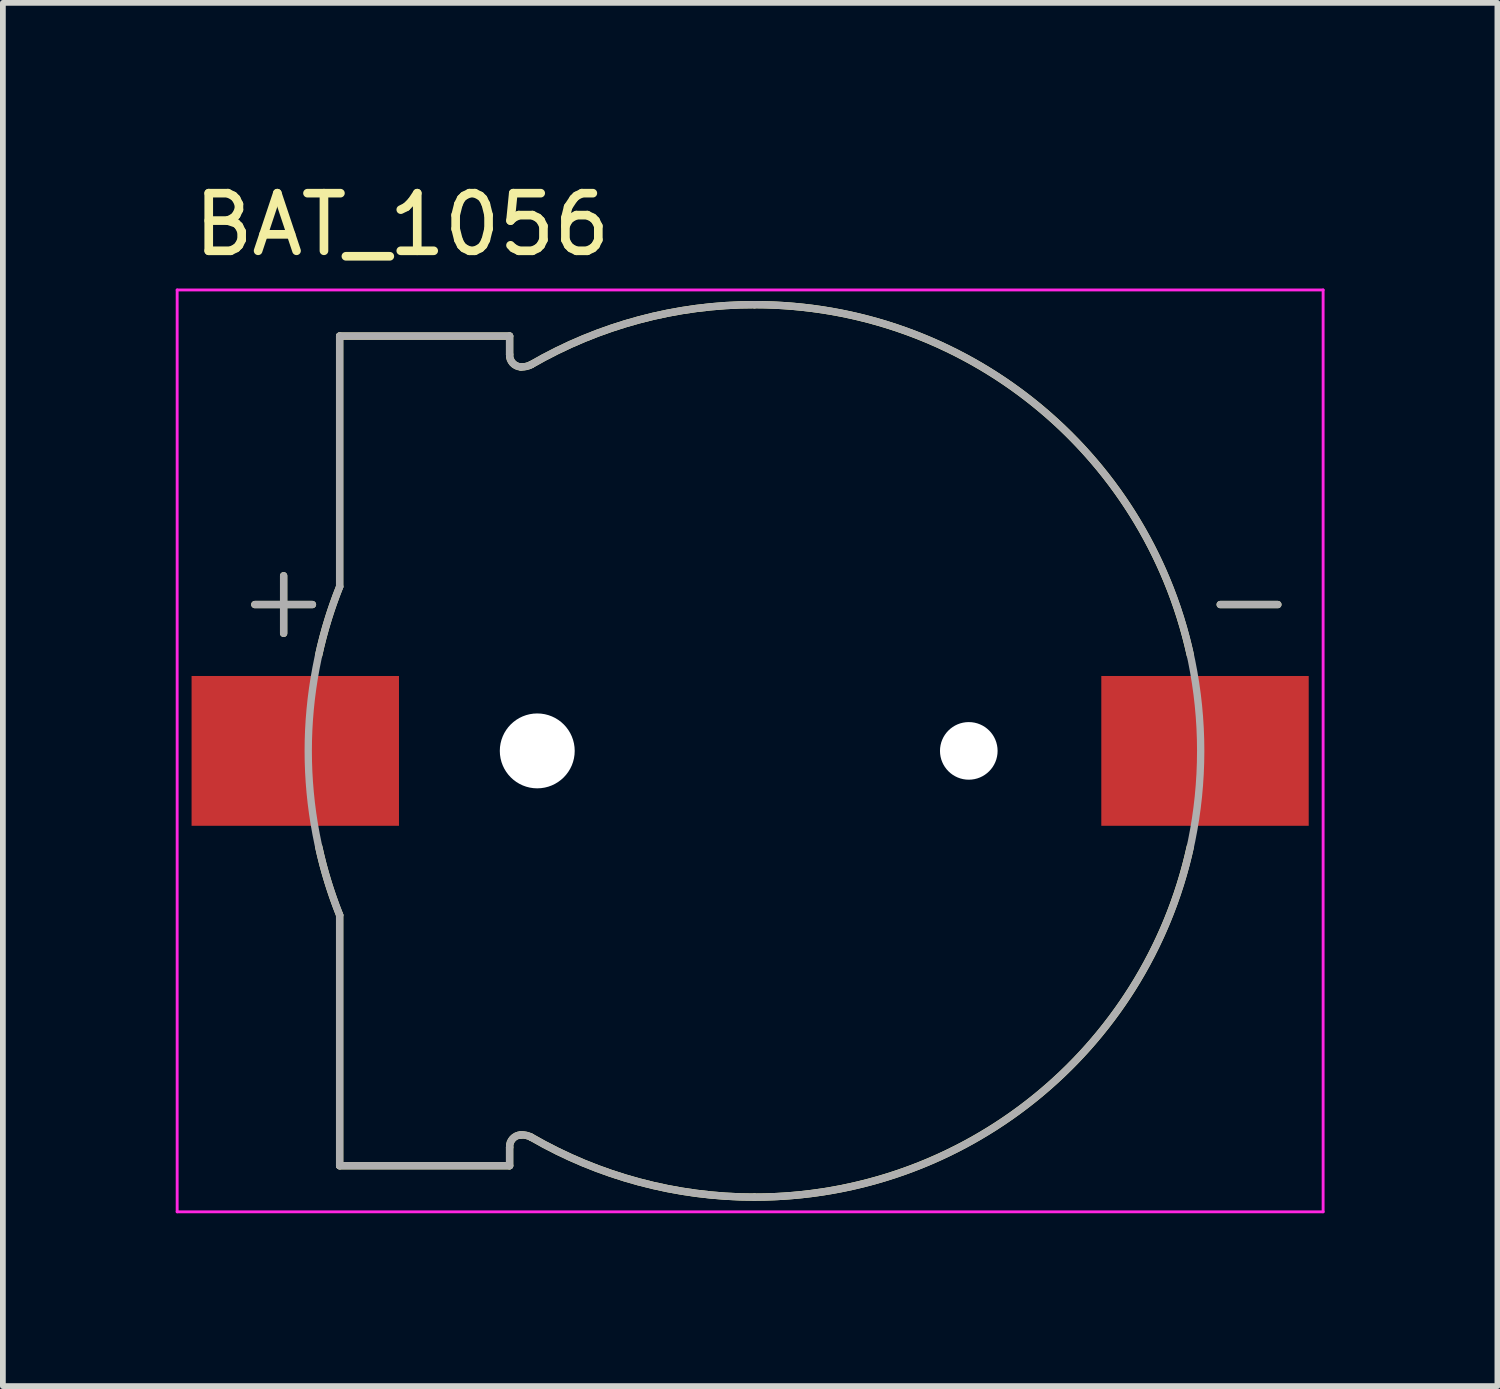
<source format=kicad_pcb>
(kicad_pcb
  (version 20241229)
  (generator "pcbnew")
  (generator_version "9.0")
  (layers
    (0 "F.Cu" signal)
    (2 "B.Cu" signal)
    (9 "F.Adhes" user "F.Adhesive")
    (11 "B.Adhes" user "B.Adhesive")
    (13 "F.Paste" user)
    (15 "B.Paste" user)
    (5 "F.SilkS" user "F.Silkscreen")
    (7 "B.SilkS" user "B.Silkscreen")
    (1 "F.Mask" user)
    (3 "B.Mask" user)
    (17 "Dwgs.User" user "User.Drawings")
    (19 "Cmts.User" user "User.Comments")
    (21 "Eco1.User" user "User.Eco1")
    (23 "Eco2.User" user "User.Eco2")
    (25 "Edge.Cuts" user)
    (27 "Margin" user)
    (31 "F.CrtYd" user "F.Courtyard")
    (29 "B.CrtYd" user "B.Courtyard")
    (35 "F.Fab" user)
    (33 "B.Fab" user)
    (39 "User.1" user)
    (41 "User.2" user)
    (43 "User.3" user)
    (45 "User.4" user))
  (footprint "BAT_1056"
    (layer "F.Cu")
    (at 10.255 9.983)
    (property "Reference" "BAT_1056" (at -6.325 -9.135 0) (layer "F.SilkS") (effects (font (size 1 1) (thickness 0.15))))
    (attr smd)
    (fp_line (start -8.882 -2.54) (end -7.882 -2.54) (stroke (width 0.127) (type solid)) (layer "F.SilkS"))
    (fp_line (start -8.382 -3.04) (end -8.382 -2.04) (stroke (width 0.127) (type solid)) (layer "F.SilkS"))
    (fp_line (start -7.41 -7.2) (end -4.46 -7.2) (stroke (width 0.127) (type solid)) (layer "F.SilkS"))
    (fp_line (start -7.41 -2.85) (end -7.41 -7.2) (stroke (width 0.127) (type solid)) (layer "F.SilkS"))
    (fp_line (start -7.41 2.85) (end -7.41 7.2) (stroke (width 0.127) (type solid)) (layer "F.SilkS"))
    (fp_line (start -7.41 7.2) (end -4.46 7.2) (stroke (width 0.127) (type solid)) (layer "F.SilkS"))
    (fp_line (start -4.46 -7.2) (end -4.46 -6.88) (stroke (width 0.127) (type solid)) (layer "F.SilkS"))
    (fp_line (start -4.46 7.2) (end -4.46 6.88) (stroke (width 0.127) (type solid)) (layer "F.SilkS"))
    (fp_line (start 7.874 -2.54) (end 8.874 -2.54) (stroke (width 0.127) (type solid)) (layer "F.SilkS"))
    (fp_arc (start -7.773 -1.664) (mid -7.616196 -2.264559) (end -7.41 -2.85) (stroke (width 0.127) (type solid)) (layer "F.SilkS"))
    (fp_arc (start -7.41 2.85) (mid -7.616196 2.264559) (end -7.773 1.664) (stroke (width 0.127) (type solid)) (layer "F.SilkS"))
    (fp_arc (start -4.460001 6.88) (mid -4.40703 6.732113) (end -4.265 6.665) (stroke (width 0.127) (type solid)) (layer "F.SilkS"))
    (fp_arc (start -4.265 -6.665) (mid -4.407028 -6.732114) (end -4.46 -6.88) (stroke (width 0.127) (type solid)) (layer "F.SilkS"))
    (fp_arc (start -4.265 6.665) (mid -4.17231 6.672896) (end -4.085 6.705) (stroke (width 0.127) (type solid)) (layer "F.SilkS"))
    (fp_arc (start -4.085 -6.705) (mid -4.17231 -6.672896) (end -4.265 -6.665) (stroke (width 0.127) (type solid)) (layer "F.SilkS"))
    (fp_arc (start -4.085 -6.705) (mid -2.216137 -7.480737) (end -0.21 -7.745) (stroke (width 0.127) (type solid)) (layer "F.SilkS"))
    (fp_arc (start -0.21 -7.745) (mid 4.642358 -6.036609) (end 7.354 -1.664999) (stroke (width 0.127) (type solid)) (layer "F.SilkS"))
    (fp_arc (start -0.21 7.745) (mid -2.216137 7.480737) (end -4.085 6.705) (stroke (width 0.127) (type solid)) (layer "F.SilkS"))
    (fp_arc (start 7.354 1.664999) (mid 4.642358 6.036609) (end -0.21 7.745) (stroke (width 0.127) (type solid)) (layer "F.SilkS"))
    (fp_line (start -10.23 -8) (end 9.66 -8) (stroke (width 0.05) (type solid)) (layer "F.CrtYd"))
    (fp_line (start -10.23 8) (end -10.23 -8) (stroke (width 0.05) (type solid)) (layer "F.CrtYd"))
    (fp_line (start 9.66 -8) (end 9.66 8) (stroke (width 0.05) (type solid)) (layer "F.CrtYd"))
    (fp_line (start 9.66 8) (end -10.23 8) (stroke (width 0.05) (type solid)) (layer "F.CrtYd"))
    (fp_line (start -8.882 -2.54) (end -7.882 -2.54) (stroke (width 0.127) (type solid)) (layer "F.Fab"))
    (fp_line (start -8.382 -3.04) (end -8.382 -2.04) (stroke (width 0.127) (type solid)) (layer "F.Fab"))
    (fp_line (start -7.41 -7.2) (end -7.41 -2.85) (stroke (width 0.127) (type solid)) (layer "F.Fab"))
    (fp_line (start -7.41 -7.2) (end -4.46 -7.2) (stroke (width 0.127) (type solid)) (layer "F.Fab"))
    (fp_line (start -7.41 2.85) (end -7.41 7.2) (stroke (width 0.127) (type solid)) (layer "F.Fab"))
    (fp_line (start -7.41 7.2) (end -4.46 7.2) (stroke (width 0.127) (type solid)) (layer "F.Fab"))
    (fp_line (start -4.46 -7.2) (end -4.46 -6.88) (stroke (width 0.127) (type solid)) (layer "F.Fab"))
    (fp_line (start -4.46 7.2) (end -4.46 6.88) (stroke (width 0.127) (type solid)) (layer "F.Fab"))
    (fp_line (start 7.874 -2.54) (end 8.874 -2.54) (stroke (width 0.127) (type solid)) (layer "F.Fab"))
    (fp_arc (start -7.41 2.85) (mid -7.955059 0) (end -7.41 -2.85) (stroke (width 0.127) (type solid)) (layer "F.Fab"))
    (fp_arc (start -4.460001 6.88) (mid -4.40703 6.732113) (end -4.265 6.665) (stroke (width 0.127) (type solid)) (layer "F.Fab"))
    (fp_arc (start -4.265 -6.665) (mid -4.407028 -6.732114) (end -4.46 -6.88) (stroke (width 0.127) (type solid)) (layer "F.Fab"))
    (fp_arc (start -4.265 6.665) (mid -4.17231 6.672896) (end -4.085 6.705) (stroke (width 0.127) (type solid)) (layer "F.Fab"))
    (fp_arc (start -4.085 -6.705) (mid -4.17231 -6.672896) (end -4.265 -6.665) (stroke (width 0.127) (type solid)) (layer "F.Fab"))
    (fp_arc (start -4.085 -6.705) (mid -2.216137 -7.480737) (end -0.21 -7.745) (stroke (width 0.127) (type solid)) (layer "F.Fab"))
    (fp_arc (start -0.21 -7.745) (mid 7.535 0) (end -0.21 7.745) (stroke (width 0.127) (type solid)) (layer "F.Fab"))
    (fp_arc (start -0.21 7.745) (mid -2.216137 7.480737) (end -4.085 6.705) (stroke (width 0.127) (type solid)) (layer "F.Fab"))
    (pad "" np_thru_hole circle (at -3.98 0) (size 1.3 1.3) (drill 1.3) (layers "*.Cu" "*.Mask"))
    (pad "" np_thru_hole circle (at 3.51 0) (size 1 1) (drill 1) (layers "*.Cu" "*.Mask"))
    (pad "N" smd rect (at 7.61 0) (size 3.6 2.6) (layers "F.Cu" "F.Mask" "F.Paste"))
    (pad "P" smd rect (at -8.18 0) (size 3.6 2.6) (layers "F.Cu" "F.Mask" "F.Paste")))
  (gr_rect
    (start -3 -3)
    (end 22.94 21.008)
    (stroke (width 0.1) (type default))
    (fill no)
    (layer "Edge.Cuts")))
</source>
